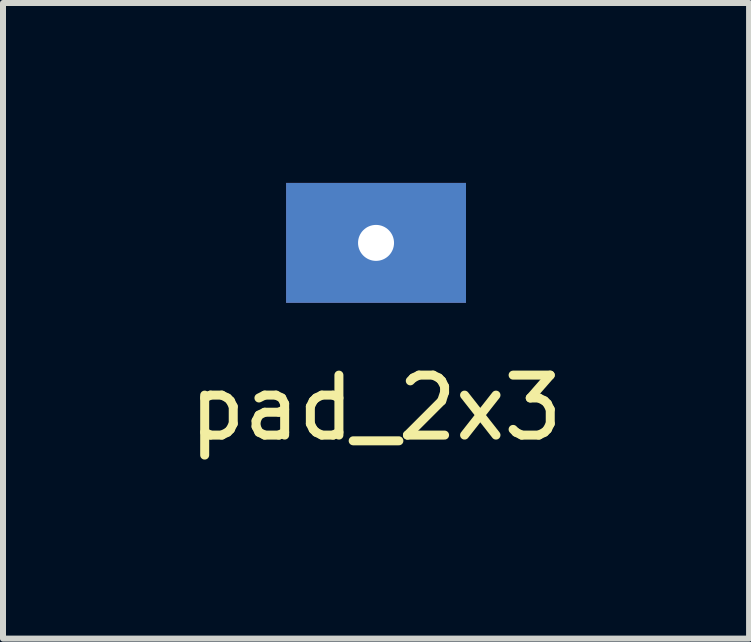
<source format=kicad_pcb>
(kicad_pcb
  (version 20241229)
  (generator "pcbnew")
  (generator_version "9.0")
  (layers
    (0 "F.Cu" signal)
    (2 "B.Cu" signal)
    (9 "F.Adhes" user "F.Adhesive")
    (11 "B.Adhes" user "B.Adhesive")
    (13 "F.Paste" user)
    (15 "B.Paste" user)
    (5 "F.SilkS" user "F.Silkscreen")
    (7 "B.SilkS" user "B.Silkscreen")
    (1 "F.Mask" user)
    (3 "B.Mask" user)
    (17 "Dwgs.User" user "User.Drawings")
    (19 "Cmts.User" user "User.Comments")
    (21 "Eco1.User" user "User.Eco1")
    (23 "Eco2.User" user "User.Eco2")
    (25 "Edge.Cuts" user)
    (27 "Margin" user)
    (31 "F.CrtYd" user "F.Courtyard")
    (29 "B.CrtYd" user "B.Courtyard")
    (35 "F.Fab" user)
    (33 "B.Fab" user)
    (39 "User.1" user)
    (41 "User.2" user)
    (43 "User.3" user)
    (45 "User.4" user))
  (footprint "pad_2x3"
    (layer "F.Cu")
    (at 3.22 1)
    (property "Reference" "pad_2x3" (at 0 2.75 0) (layer "F.SilkS") (effects (font (size 1 1) (thickness 0.15))))
    (attr through_hole)
    (pad "1" thru_hole rect (at 0 0) (size 3 2) (drill 0.6) (layers "*.Cu" "*.Mask")))
  (gr_rect
    (start -3 -3)
    (end 9.44 7.598)
    (stroke (width 0.1) (type default))
    (fill no)
    (layer "Edge.Cuts")))
</source>
